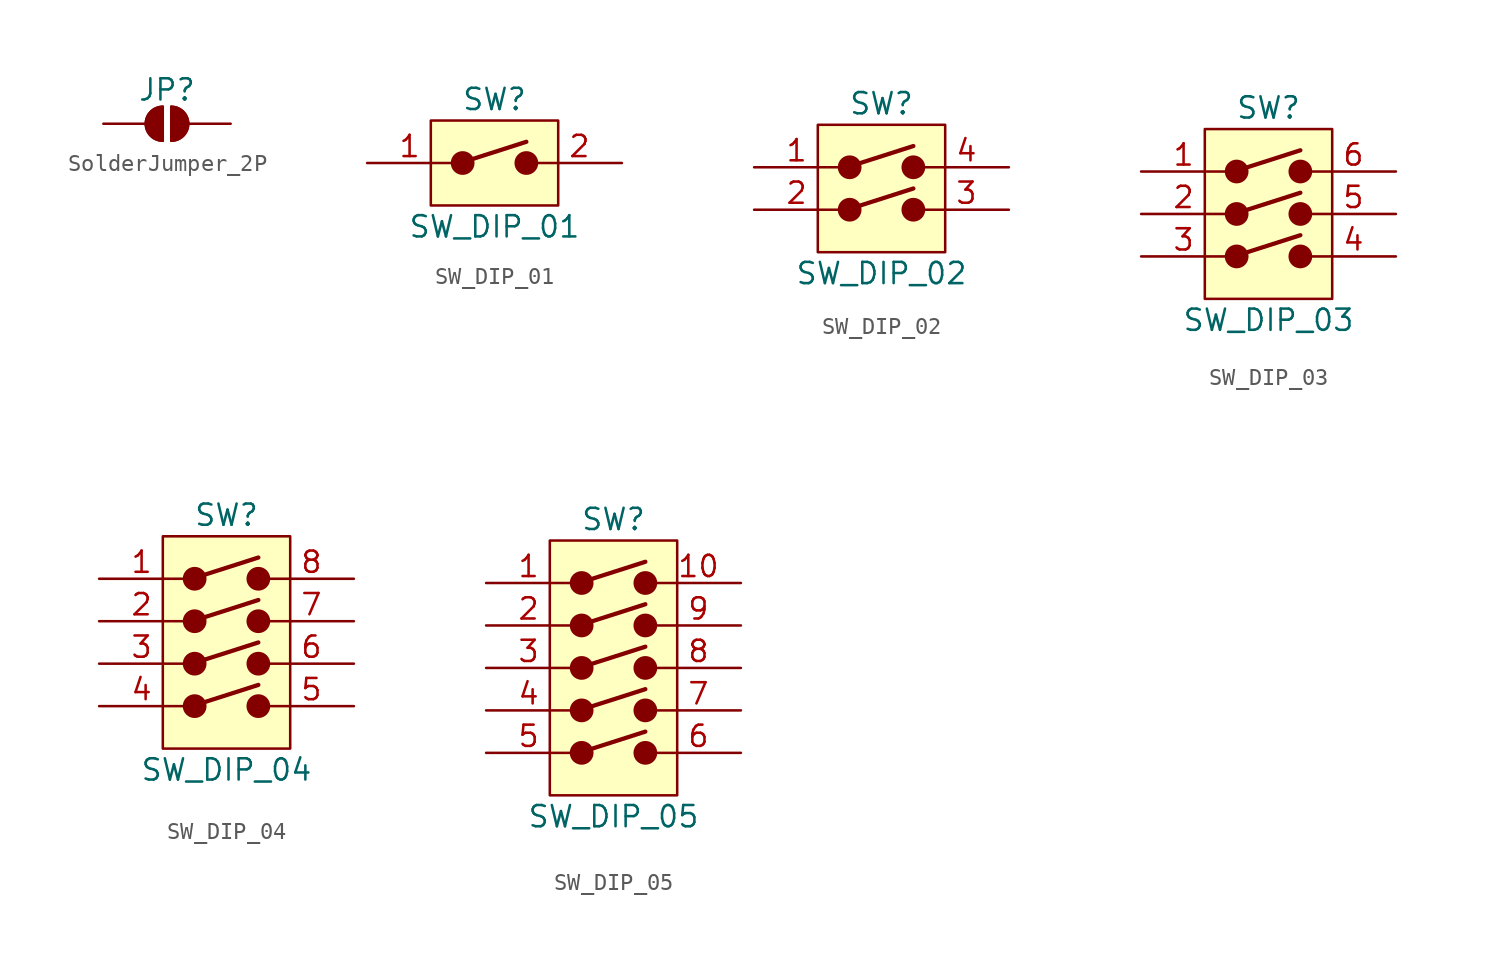
<source format=kicad_sym>
(kicad_symbol_lib
  (version 20220914)
  (generator kicad_symbol_editor)
  (symbol "SolderJumper_2P"
    (pin_numbers hide)
    (pin_names
      (offset 0) hide)
    (property "Reference" "JP"
      (at -1.27 2.032 0)
      (effects (font (size 1.27 1.27))))
    (symbol "SolderJumper_2P_0_1"
      (arc (start -1.524 1.016) (mid -2.5356 0) (end -1.524 -1.016) (stroke (width 0) (type default)) (fill (type none)))
      (arc (start -1.524 1.016) (mid -2.5356 0) (end -1.524 -1.016) (stroke (width 0) (type default)) (fill (type outline)))
      (arc (start -1.016 -1.016) (mid -0.0044 0) (end -1.016 1.016) (stroke (width 0) (type default)) (fill (type none)))
      (arc (start -1.016 -1.016) (mid -0.0044 0) (end -1.016 1.016) (stroke (width 0) (type default)) (fill (type outline)))
      (polyline (pts (xy -1.524 1.016) (xy -1.524 -1.016)) (stroke (width 0) (type default)) (fill (type none)))
      (polyline (pts (xy -1.016 1.016) (xy -1.016 -1.016)) (stroke (width 0) (type default)) (fill (type none))))
    (symbol "SolderJumper_2P_1_1"
      (pin passive line (at -5.08 0 0) (length 2.54) (name "A" (effects (font (size 1.27 1.27)))) (number "1" (effects (font (size 1.27 1.27)))))
      (pin passive line (at 2.54 0 180) (length 2.54) (name "B" (effects (font (size 1.27 1.27)))) (number "2" (effects (font (size 1.27 1.27)))))))
  (symbol "SW_DIP_01"
    (pin_names
      (offset 0.002) hide)
    (property "Reference" "SW"
      (at 0 3.81 0)
      (effects (font (size 1.27 1.27))))
    (property "Value" "SW_DIP_01"
      (at 0 -3.81 0)
      (effects (font (size 1.27 1.27))))
    (symbol "SW_DIP_01_0_0"
      (circle (center -1.905 0) (radius 0.635) (stroke (width 0) (type default)) (fill (type outline)))
      (polyline (pts (xy -1.27 0.254) (xy 1.905 1.27)) (stroke (width 0.254) (type default)) (fill (type none)))
      (circle (center 1.905 0) (radius 0.635) (stroke (width 0) (type default)) (fill (type outline))))
    (symbol "SW_DIP_01_0_1"
      (rectangle (start -3.81 2.54) (end 3.81 -2.54) (stroke (width 0.152) (type default)) (fill (type background))))
    (symbol "SW_DIP_01_1_1"
      (pin passive line (at -7.62 0 0) (length 5.08) (name "a" (effects (font (size 1.27 1.27)))) (number "1" (effects (font (size 1.27 1.27)))))
      (pin passive line (at 7.62 0 180) (length 5.08) (name "~" (effects (font (size 1.27 1.27)))) (number "2" (effects (font (size 1.27 1.27)))))))
  (symbol "SW_DIP_02"
    (pin_names
      (offset 0.002) hide)
    (property "Reference" "SW"
      (at 0 3.81 0)
      (effects (font (size 1.27 1.27))))
    (property "Value" "SW_DIP_02"
      (at 0 -6.35 0)
      (effects (font (size 1.27 1.27))))
    (symbol "SW_DIP_02_0_0"
      (circle (center -1.905 -2.54) (radius 0.635) (stroke (width 0) (type default)) (fill (type outline)))
      (circle (center -1.905 0) (radius 0.635) (stroke (width 0) (type default)) (fill (type outline)))
      (polyline (pts (xy -1.27 -2.286) (xy 1.905 -1.27)) (stroke (width 0.254) (type default)) (fill (type none)))
      (polyline (pts (xy -1.27 0.254) (xy 1.905 1.27)) (stroke (width 0.254) (type default)) (fill (type none)))
      (circle (center 1.905 -2.54) (radius 0.635) (stroke (width 0) (type default)) (fill (type outline)))
      (circle (center 1.905 0) (radius 0.635) (stroke (width 0) (type default)) (fill (type outline))))
    (symbol "SW_DIP_02_0_1"
      (rectangle (start -3.81 2.54) (end 3.81 -5.08) (stroke (width 0.152) (type default)) (fill (type background))))
    (symbol "SW_DIP_02_1_1"
      (pin passive line (at -7.62 0 0) (length 5.08) (name "a" (effects (font (size 1.27 1.27)))) (number "1" (effects (font (size 1.27 1.27)))))
      (pin passive line (at -7.62 -2.54 0) (length 5.08) (name "~" (effects (font (size 1.27 1.27)))) (number "2" (effects (font (size 1.27 1.27)))))
      (pin passive line (at 7.62 -2.54 180) (length 5.08) (name "~" (effects (font (size 1.27 1.27)))) (number "3" (effects (font (size 1.27 1.27)))))
      (pin passive line (at 7.62 0 180) (length 5.08) (name "~" (effects (font (size 1.27 1.27)))) (number "4" (effects (font (size 1.27 1.27)))))))
  (symbol "SW_DIP_03"
    (pin_names
      (offset 0.002) hide)
    (property "Reference" "SW"
      (at 0 6.35 0)
      (effects (font (size 1.27 1.27))))
    (property "Value" "SW_DIP_03"
      (at 0 -6.35 0)
      (effects (font (size 1.27 1.27))))
    (symbol "SW_DIP_03_0_0"
      (circle (center -1.905 -2.54) (radius 0.635) (stroke (width 0) (type default)) (fill (type outline)))
      (circle (center -1.905 0) (radius 0.635) (stroke (width 0) (type default)) (fill (type outline)))
      (circle (center -1.905 2.54) (radius 0.635) (stroke (width 0) (type default)) (fill (type outline)))
      (polyline (pts (xy -1.27 -2.286) (xy 1.905 -1.27)) (stroke (width 0.254) (type default)) (fill (type none)))
      (polyline (pts (xy -1.27 0.254) (xy 1.905 1.27)) (stroke (width 0.254) (type default)) (fill (type none)))
      (polyline (pts (xy -1.27 2.794) (xy 1.905 3.81)) (stroke (width 0.254) (type default)) (fill (type none)))
      (circle (center 1.905 -2.54) (radius 0.635) (stroke (width 0) (type default)) (fill (type outline)))
      (circle (center 1.905 0) (radius 0.635) (stroke (width 0) (type default)) (fill (type outline)))
      (circle (center 1.905 2.54) (radius 0.635) (stroke (width 0) (type default)) (fill (type outline))))
    (symbol "SW_DIP_03_0_1"
      (rectangle (start -3.81 5.08) (end 3.81 -5.08) (stroke (width 0.152) (type default)) (fill (type background))))
    (symbol "SW_DIP_03_1_1"
      (pin passive line (at -7.62 2.54 0) (length 5.08) (name "a" (effects (font (size 1.27 1.27)))) (number "1" (effects (font (size 1.27 1.27)))))
      (pin passive line (at -7.62 0 0) (length 5.08) (name "~" (effects (font (size 1.27 1.27)))) (number "2" (effects (font (size 1.27 1.27)))))
      (pin passive line (at -7.62 -2.54 0) (length 5.08) (name "~" (effects (font (size 1.27 1.27)))) (number "3" (effects (font (size 1.27 1.27)))))
      (pin passive line (at 7.62 -2.54 180) (length 5.08) (name "" (effects (font (size 1.27 1.27)))) (number "4" (effects (font (size 1.27 1.27)))))
      (pin passive line (at 7.62 0 180) (length 5.08) (name "~" (effects (font (size 1.27 1.27)))) (number "5" (effects (font (size 1.27 1.27)))))
      (pin passive line (at 7.62 2.54 180) (length 5.08) (name "~" (effects (font (size 1.27 1.27)))) (number "6" (effects (font (size 1.27 1.27)))))))
  (symbol "SW_DIP_04"
    (pin_names
      (offset 0.002) hide)
    (property "Reference" "SW"
      (at 0 6.35 0)
      (effects (font (size 1.27 1.27))))
    (property "Value" "SW_DIP_04"
      (at 0 -8.89 0)
      (effects (font (size 1.27 1.27))))
    (symbol "SW_DIP_04_0_0"
      (circle (center -1.905 -5.08) (radius 0.635) (stroke (width 0) (type default)) (fill (type outline)))
      (circle (center -1.905 -2.54) (radius 0.635) (stroke (width 0) (type default)) (fill (type outline)))
      (circle (center -1.905 0) (radius 0.635) (stroke (width 0) (type default)) (fill (type outline)))
      (circle (center -1.905 2.54) (radius 0.635) (stroke (width 0) (type default)) (fill (type outline)))
      (polyline (pts (xy -1.27 -4.826) (xy 1.905 -3.81)) (stroke (width 0.254) (type default)) (fill (type none)))
      (polyline (pts (xy -1.27 -2.286) (xy 1.905 -1.27)) (stroke (width 0.254) (type default)) (fill (type none)))
      (polyline (pts (xy -1.27 0.254) (xy 1.905 1.27)) (stroke (width 0.254) (type default)) (fill (type none)))
      (polyline (pts (xy -1.27 2.794) (xy 1.905 3.81)) (stroke (width 0.254) (type default)) (fill (type none)))
      (circle (center 1.905 -5.08) (radius 0.635) (stroke (width 0) (type default)) (fill (type outline)))
      (circle (center 1.905 -2.54) (radius 0.635) (stroke (width 0) (type default)) (fill (type outline)))
      (circle (center 1.905 0) (radius 0.635) (stroke (width 0) (type default)) (fill (type outline)))
      (circle (center 1.905 2.54) (radius 0.635) (stroke (width 0) (type default)) (fill (type outline))))
    (symbol "SW_DIP_04_0_1"
      (rectangle (start -3.81 5.08) (end 3.81 -7.62) (stroke (width 0.152) (type default)) (fill (type background))))
    (symbol "SW_DIP_04_1_1"
      (pin passive line (at -7.62 2.54 0) (length 5.08) (name "a" (effects (font (size 1.27 1.27)))) (number "1" (effects (font (size 1.27 1.27)))))
      (pin passive line (at -7.62 0 0) (length 5.08) (name "~" (effects (font (size 1.27 1.27)))) (number "2" (effects (font (size 1.27 1.27)))))
      (pin passive line (at -7.62 -2.54 0) (length 5.08) (name "~" (effects (font (size 1.27 1.27)))) (number "3" (effects (font (size 1.27 1.27)))))
      (pin passive line (at -7.62 -5.08 0) (length 5.08) (name "~" (effects (font (size 1.27 1.27)))) (number "4" (effects (font (size 1.27 1.27)))))
      (pin passive line (at 7.62 -5.08 180) (length 5.08) (name "~" (effects (font (size 1.27 1.27)))) (number "5" (effects (font (size 1.27 1.27)))))
      (pin passive line (at 7.62 -2.54 180) (length 5.08) (name "~" (effects (font (size 1.27 1.27)))) (number "6" (effects (font (size 1.27 1.27)))))
      (pin passive line (at 7.62 0 180) (length 5.08) (name "~" (effects (font (size 1.27 1.27)))) (number "7" (effects (font (size 1.27 1.27)))))
      (pin passive line (at 7.62 2.54 180) (length 5.08) (name "~" (effects (font (size 1.27 1.27)))) (number "8" (effects (font (size 1.27 1.27)))))))
  (symbol "SW_DIP_05"
    (pin_names
      (offset 0.002) hide)
    (property "Reference" "SW"
      (at 0 8.89 0)
      (effects (font (size 1.27 1.27))))
    (property "Value" "SW_DIP_05"
      (at 0 -8.89 0)
      (effects (font (size 1.27 1.27))))
    (symbol "SW_DIP_05_0_0"
      (circle (center -1.905 -5.08) (radius 0.635) (stroke (width 0) (type default)) (fill (type outline)))
      (circle (center -1.905 -2.54) (radius 0.635) (stroke (width 0) (type default)) (fill (type outline)))
      (circle (center -1.905 0) (radius 0.635) (stroke (width 0) (type default)) (fill (type outline)))
      (circle (center -1.905 2.54) (radius 0.635) (stroke (width 0) (type default)) (fill (type outline)))
      (circle (center -1.905 5.08) (radius 0.635) (stroke (width 0) (type default)) (fill (type outline)))
      (polyline (pts (xy -1.27 -4.826) (xy 1.905 -3.81)) (stroke (width 0.254) (type default)) (fill (type none)))
      (polyline (pts (xy -1.27 -2.286) (xy 1.905 -1.27)) (stroke (width 0.254) (type default)) (fill (type none)))
      (polyline (pts (xy -1.27 0.254) (xy 1.905 1.27)) (stroke (width 0.254) (type default)) (fill (type none)))
      (polyline (pts (xy -1.27 2.794) (xy 1.905 3.81)) (stroke (width 0.254) (type default)) (fill (type none)))
      (polyline (pts (xy -1.27 5.334) (xy 1.905 6.35)) (stroke (width 0.254) (type default)) (fill (type none)))
      (circle (center 1.905 -5.08) (radius 0.635) (stroke (width 0) (type default)) (fill (type outline)))
      (circle (center 1.905 -2.54) (radius 0.635) (stroke (width 0) (type default)) (fill (type outline)))
      (circle (center 1.905 0) (radius 0.635) (stroke (width 0) (type default)) (fill (type outline)))
      (circle (center 1.905 2.54) (radius 0.635) (stroke (width 0) (type default)) (fill (type outline)))
      (circle (center 1.905 5.08) (radius 0.635) (stroke (width 0) (type default)) (fill (type outline))))
    (symbol "SW_DIP_05_0_1"
      (rectangle (start -3.81 7.62) (end 3.81 -7.62) (stroke (width 0.152) (type default)) (fill (type background))))
    (symbol "SW_DIP_05_1_1"
      (pin passive line (at -7.62 5.08 0) (length 5.08) (name "a" (effects (font (size 1.27 1.27)))) (number "1" (effects (font (size 1.27 1.27)))))
      (pin passive line (at 7.62 5.08 180) (length 5.08) (name "~" (effects (font (size 1.27 1.27)))) (number "10" (effects (font (size 1.27 1.27)))))
      (pin passive line (at -7.62 2.54 0) (length 5.08) (name "~" (effects (font (size 1.27 1.27)))) (number "2" (effects (font (size 1.27 1.27)))))
      (pin passive line (at -7.62 0 0) (length 5.08) (name "~" (effects (font (size 1.27 1.27)))) (number "3" (effects (font (size 1.27 1.27)))))
      (pin passive line (at -7.62 -2.54 0) (length 5.08) (name "~" (effects (font (size 1.27 1.27)))) (number "4" (effects (font (size 1.27 1.27)))))
      (pin passive line (at -7.62 -5.08 0) (length 5.08) (name "~" (effects (font (size 1.27 1.27)))) (number "5" (effects (font (size 1.27 1.27)))))
      (pin passive line (at 7.62 -5.08 180) (length 5.08) (name "~" (effects (font (size 1.27 1.27)))) (number "6" (effects (font (size 1.27 1.27)))))
      (pin passive line (at 7.62 -2.54 180) (length 5.08) (name "~" (effects (font (size 1.27 1.27)))) (number "7" (effects (font (size 1.27 1.27)))))
      (pin passive line (at 7.62 0 180) (length 5.08) (name "~" (effects (font (size 1.27 1.27)))) (number "8" (effects (font (size 1.27 1.27)))))
      (pin passive line (at 7.62 2.54 180) (length 5.08) (name "~" (effects (font (size 1.27 1.27)))) (number "9" (effects (font (size 1.27 1.27))))))))
</source>
